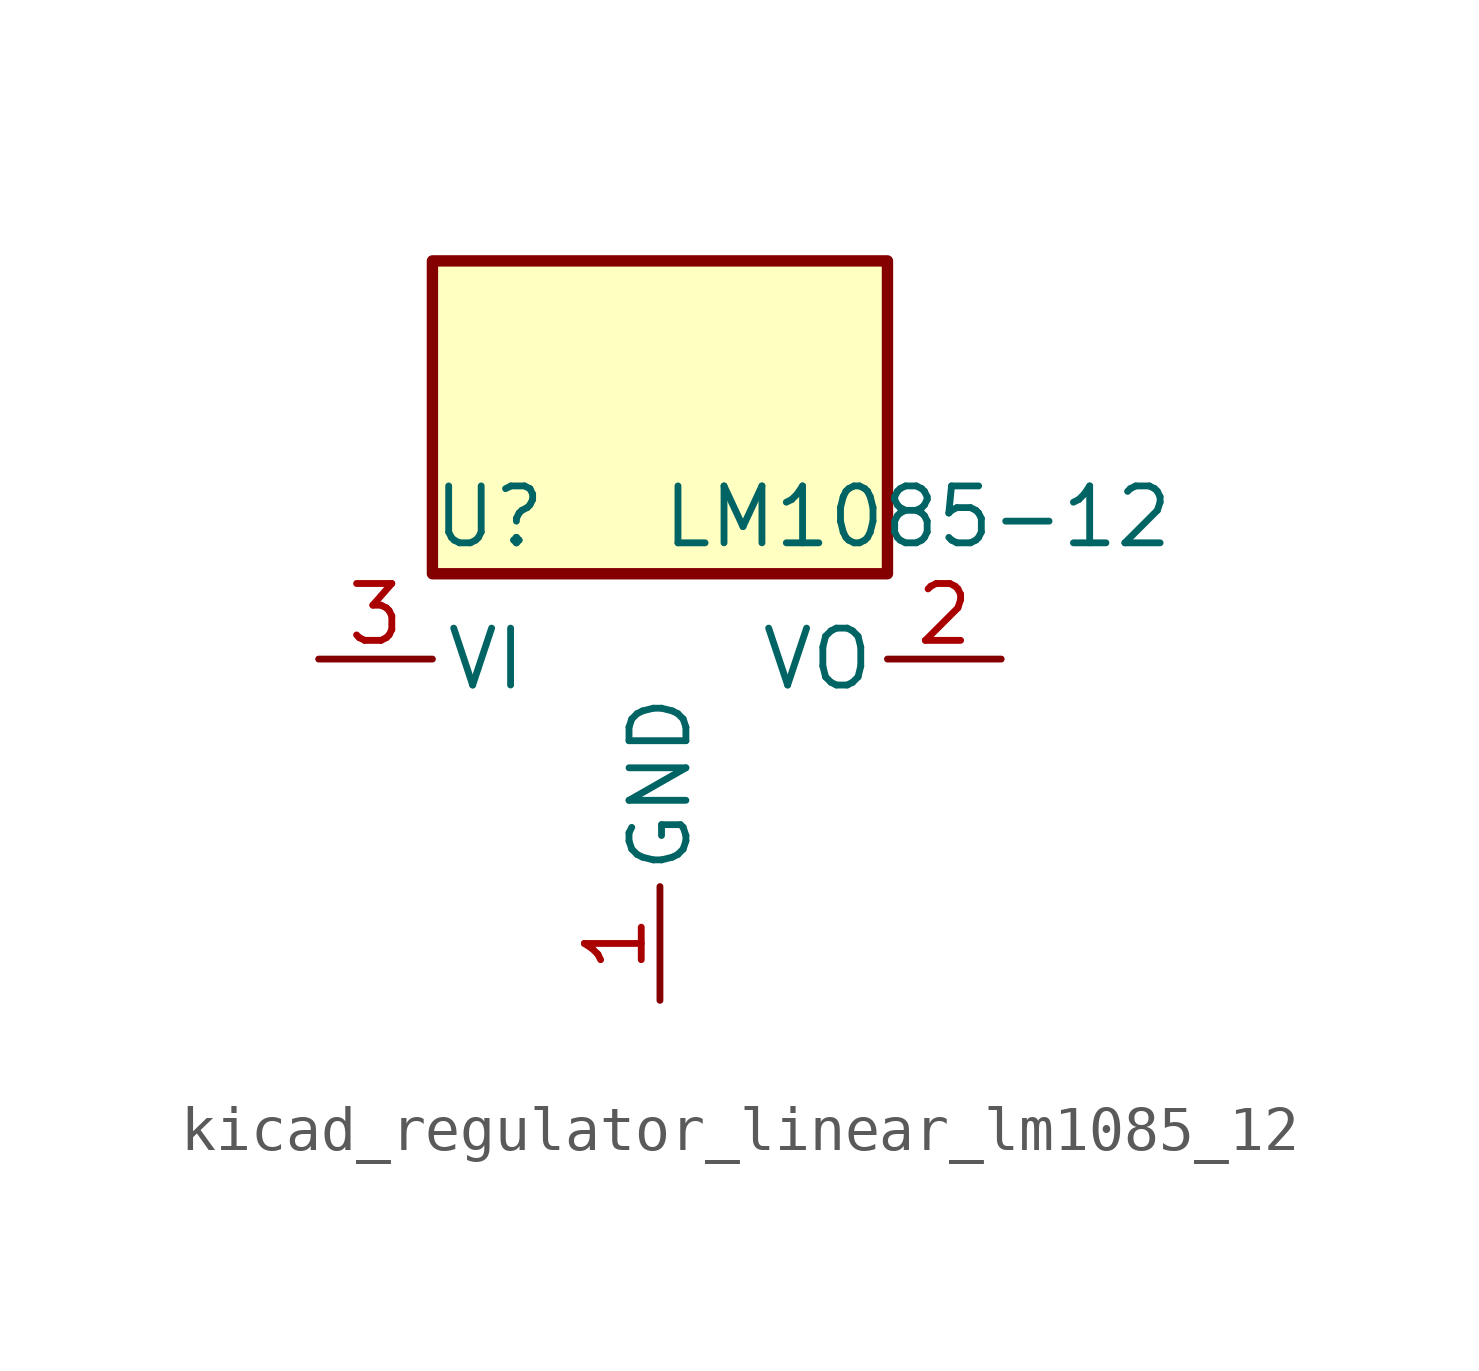
<source format=kicad_sym>
(kicad_symbol_lib
  (version 20220914)
  (generator kicad_symbol_editor)
  (symbol "kicad_regulator_linear_lm1085_12"
    (pin_names
      (offset 0.254))
    (property "Reference" "U"
      (at -3.81 3.175 0)
      (effects (font (size 1.27 1.27))))
    (property "Value" "LM1085-12"
      (at 0 3.175 0)
      (effects (font (size 1.27 1.27)) (justify left)))
    (symbol "kicad_regulator_linear_lm1085_12_0_1"
      (rectangle (start 5.08 8.89) (end -5.08 1.905) (stroke (width 0.254) (type default)) (fill (type background))))
    (symbol "kicad_regulator_linear_lm1085_12_1_1"
      (pin power_in line (at 0 -7.62 90) (length 2.54) (name "GND" (effects (font (size 1.27 1.27)))) (number "1" (effects (font (size 1.27 1.27)))))
      (pin power_out line (at 7.62 0 180) (length 2.54) (name "VO" (effects (font (size 1.27 1.27)))) (number "2" (effects (font (size 1.27 1.27)))))
      (pin power_in line (at -7.62 0 0) (length 2.54) (name "VI" (effects (font (size 1.27 1.27)))) (number "3" (effects (font (size 1.27 1.27))))))))
</source>
